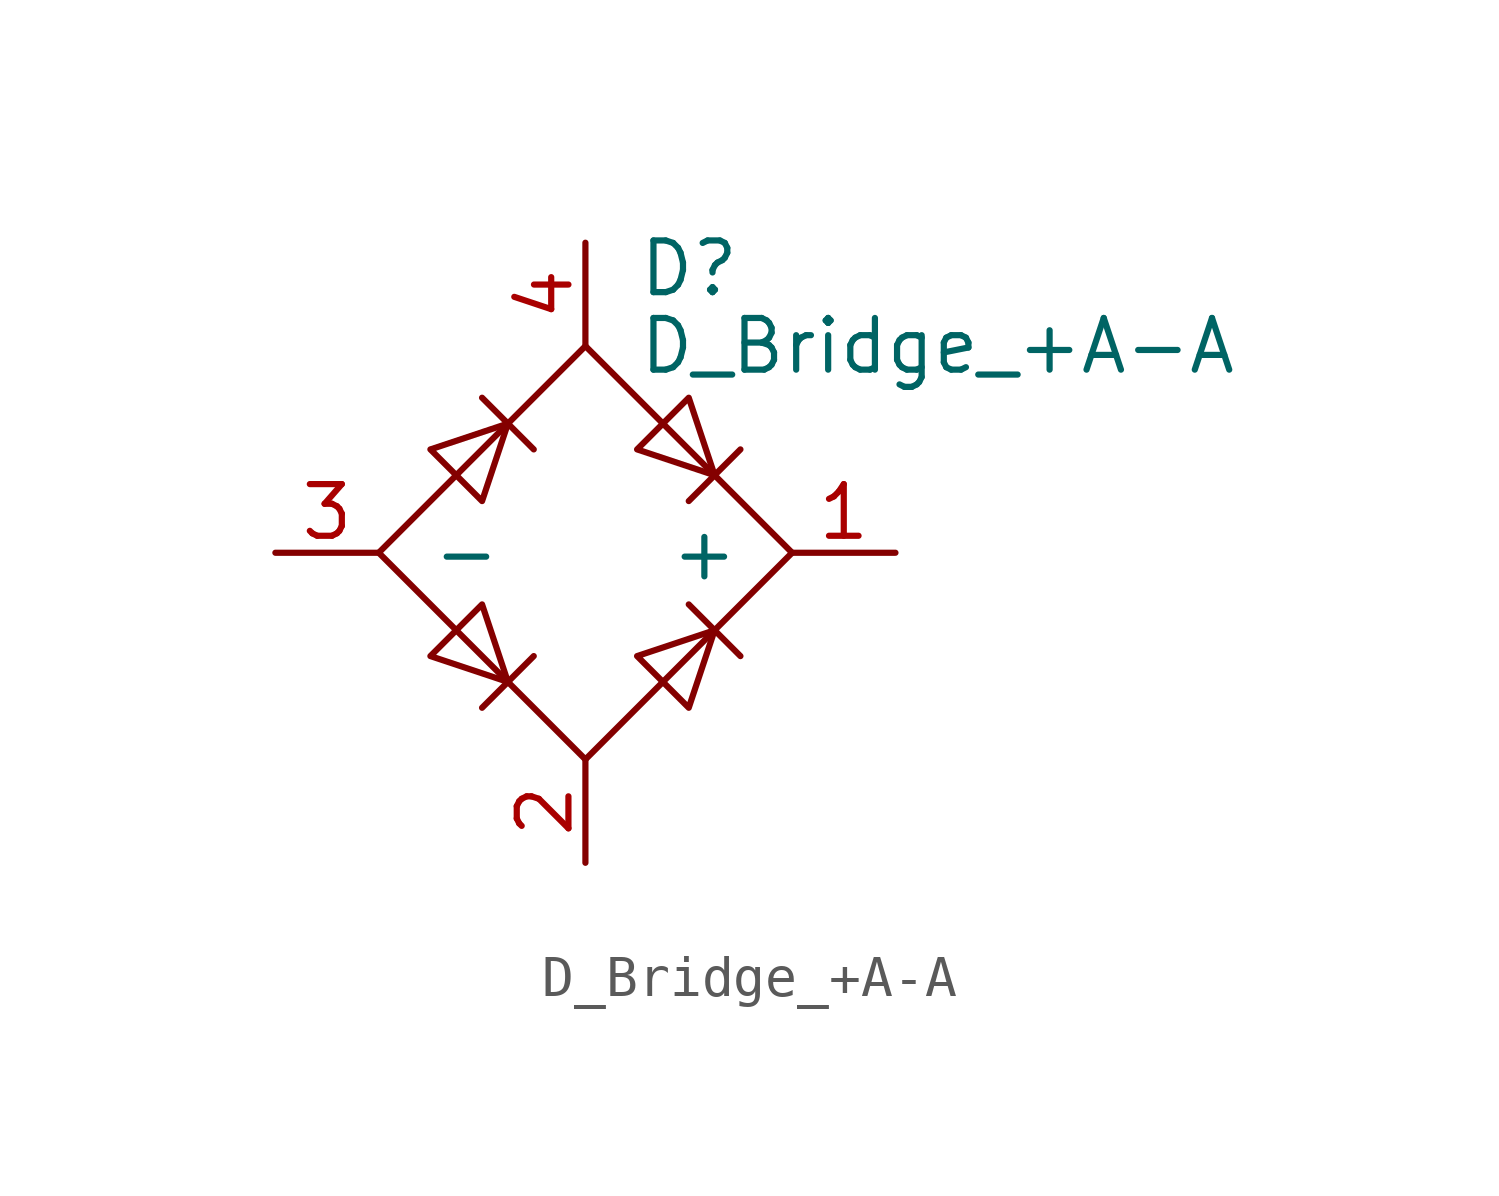
<source format=kicad_sym>
(kicad_symbol_lib
  (version 20211014)
  (generator kicad_symbol_editor)
  (symbol "D_Bridge_+A-A"
    (pin_names
      (offset 1.27))
    (property "Reference" "D"
      (at 1.27 6.985 0)
      (effects (font (size 1.27 1.27)) (justify left)))
    (property "Value" "D_Bridge_+A-A"
      (at 1.27 5.08 0)
      (effects (font (size 1.27 1.27)) (justify left)))
    (symbol "D_Bridge_+A-A_0_1"
      (polyline (pts (xy -2.54 3.81) (xy -1.27 2.54)) (stroke (width 0) (type default) (color 0 0 0 0)) (fill (type none)))
      (polyline (pts (xy -1.27 -2.54) (xy -2.54 -3.81)) (stroke (width 0) (type default) (color 0 0 0 0)) (fill (type none)))
      (polyline (pts (xy 2.54 -1.27) (xy 3.81 -2.54)) (stroke (width 0) (type default) (color 0 0 0 0)) (fill (type none)))
      (polyline (pts (xy 2.54 1.27) (xy 3.81 2.54)) (stroke (width 0) (type default) (color 0 0 0 0)) (fill (type none)))
      (polyline (pts (xy -3.81 2.54) (xy -2.54 1.27) (xy -1.905 3.175) (xy -3.81 2.54)) (stroke (width 0) (type default) (color 0 0 0 0)) (fill (type none)))
      (polyline (pts (xy -2.54 -1.27) (xy -3.81 -2.54) (xy -1.905 -3.175) (xy -2.54 -1.27)) (stroke (width 0) (type default) (color 0 0 0 0)) (fill (type none)))
      (polyline (pts (xy 1.27 2.54) (xy 2.54 3.81) (xy 3.175 1.905) (xy 1.27 2.54)) (stroke (width 0) (type default) (color 0 0 0 0)) (fill (type none)))
      (polyline (pts (xy 3.175 -1.905) (xy 1.27 -2.54) (xy 2.54 -3.81) (xy 3.175 -1.905)) (stroke (width 0) (type default) (color 0 0 0 0)) (fill (type none)))
      (polyline (pts (xy -5.08 0) (xy 0 -5.08) (xy 5.08 0) (xy 0 5.08) (xy -5.08 0)) (stroke (width 0) (type default) (color 0 0 0 0)) (fill (type none))))
    (symbol "D_Bridge_+A-A_1_1"
      (pin input line (at 7.62 0 180) (length 2.54) (name "+" (effects (font (size 1.27 1.27)))) (number "1" (effects (font (size 1.27 1.27)))))
      (pin input line (at 0 -7.62 90) (length 2.54) (name "~" (effects (font (size 1.27 1.27)))) (number "2" (effects (font (size 1.27 1.27)))))
      (pin input line (at -7.62 0 0) (length 2.54) (name "-" (effects (font (size 1.27 1.27)))) (number "3" (effects (font (size 1.27 1.27)))))
      (pin input line (at 0 7.62 270) (length 2.54) (name "~" (effects (font (size 1.27 1.27)))) (number "4" (effects (font (size 1.27 1.27))))))))
</source>
